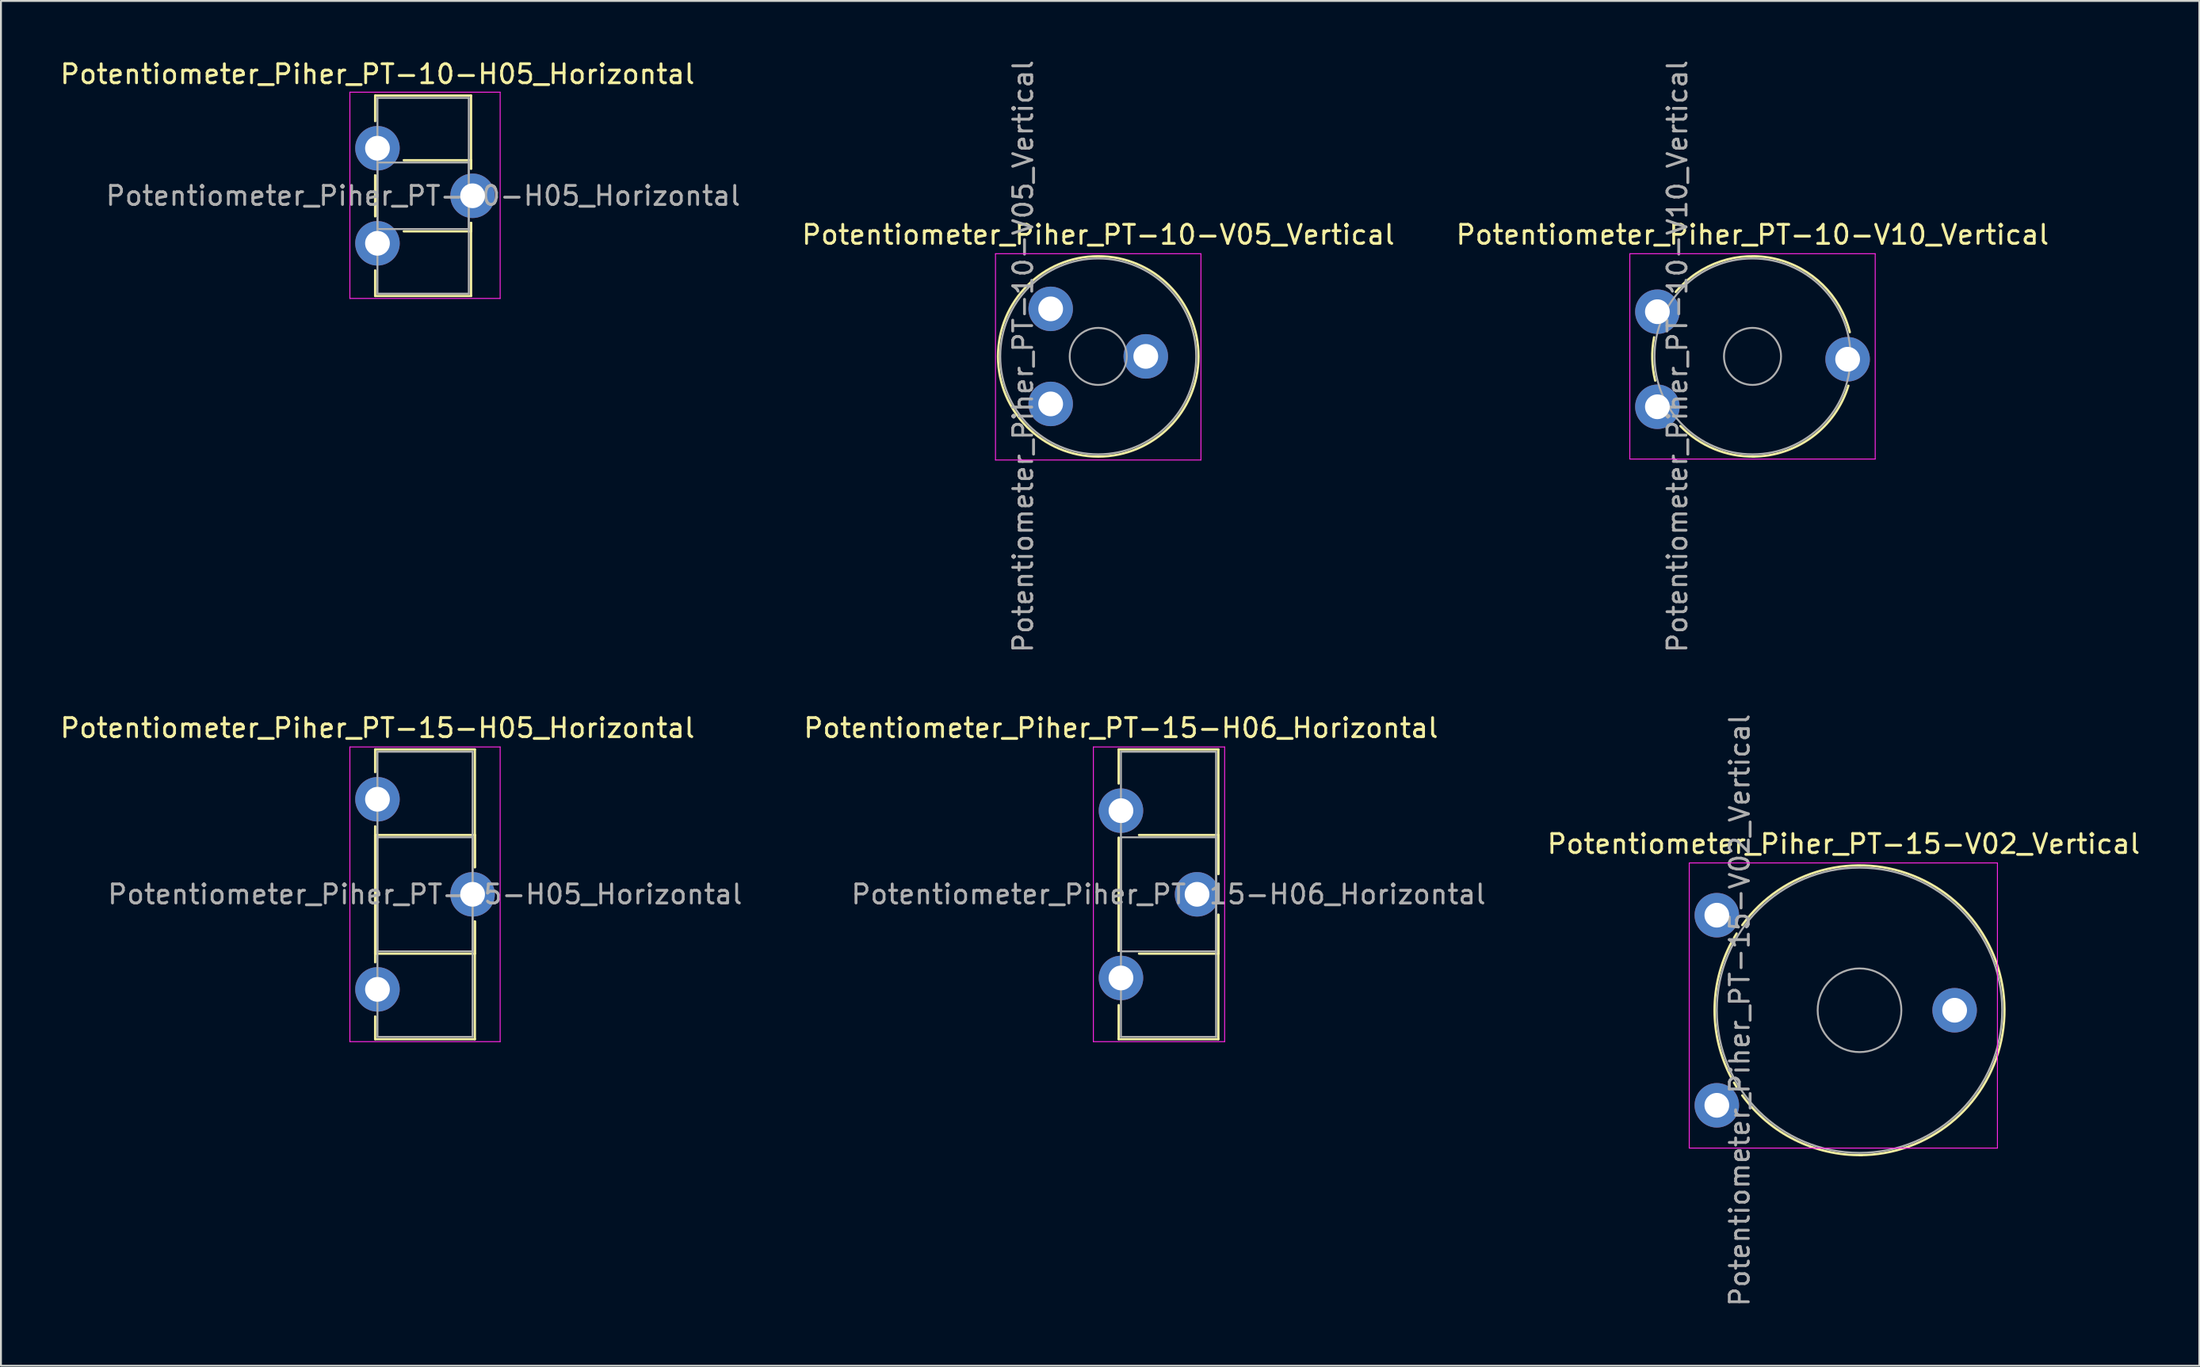
<source format=kicad_pcb>
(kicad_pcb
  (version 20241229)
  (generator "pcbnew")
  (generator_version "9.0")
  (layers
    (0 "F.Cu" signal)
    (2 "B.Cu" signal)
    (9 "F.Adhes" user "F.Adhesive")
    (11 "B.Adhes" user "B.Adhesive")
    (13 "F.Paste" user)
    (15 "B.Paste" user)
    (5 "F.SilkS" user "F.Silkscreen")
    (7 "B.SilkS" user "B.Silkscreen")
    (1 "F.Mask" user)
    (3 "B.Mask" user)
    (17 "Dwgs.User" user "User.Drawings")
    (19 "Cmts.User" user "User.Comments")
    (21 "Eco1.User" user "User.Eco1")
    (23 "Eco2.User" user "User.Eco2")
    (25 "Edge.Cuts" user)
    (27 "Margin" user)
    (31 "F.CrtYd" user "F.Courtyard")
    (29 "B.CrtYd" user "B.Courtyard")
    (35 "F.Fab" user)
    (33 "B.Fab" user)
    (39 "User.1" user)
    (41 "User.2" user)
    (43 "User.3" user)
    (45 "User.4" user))
  (footprint "Potentiometer_Piher_PT-15-H06_Horizontal"
    (layer "F.Cu")
    (at 55.875 39.591)
    (property "Reference" "Potentiometer_Piher_PT-15-H06_Horizontal" (at 0 -4.35 0) (layer "F.SilkS") (effects (font (size 1 1) (thickness 0.15))))
    (attr through_hole)
    (fp_line (start -0.121 -3.22) (end -0.121 -1.426) (stroke (width 0.12) (type solid)) (layer "F.SilkS"))
    (fp_line (start -0.121 -3.22) (end 5.12 -3.22) (stroke (width 0.12) (type solid)) (layer "F.SilkS"))
    (fp_line (start -0.121 1.426) (end -0.121 7.376) (stroke (width 0.12) (type solid)) (layer "F.SilkS"))
    (fp_line (start -0.121 1.426) (end -0.121 7.376) (stroke (width 0.12) (type solid)) (layer "F.SilkS"))
    (fp_line (start -0.121 10.226) (end -0.121 12.02) (stroke (width 0.12) (type solid)) (layer "F.SilkS"))
    (fp_line (start -0.121 12.02) (end 5.12 12.02) (stroke (width 0.12) (type solid)) (layer "F.SilkS"))
    (fp_line (start 0.948 1.281) (end 5.12 1.281) (stroke (width 0.12) (type solid)) (layer "F.SilkS"))
    (fp_line (start 0.948 7.52) (end 5.12 7.52) (stroke (width 0.12) (type solid)) (layer "F.SilkS"))
    (fp_line (start 5.12 -3.22) (end 5.12 3.328) (stroke (width 0.12) (type solid)) (layer "F.SilkS"))
    (fp_line (start 5.12 1.281) (end 5.12 3.328) (stroke (width 0.12) (type solid)) (layer "F.SilkS"))
    (fp_line (start 5.12 5.473) (end 5.12 7.52) (stroke (width 0.12) (type solid)) (layer "F.SilkS"))
    (fp_line (start 5.12 5.473) (end 5.12 12.02) (stroke (width 0.12) (type solid)) (layer "F.SilkS"))
    (fp_line (start -1.45 -3.35) (end -1.45 12.15) (stroke (width 0.05) (type solid)) (layer "F.CrtYd"))
    (fp_line (start -1.45 12.15) (end 5.45 12.15) (stroke (width 0.05) (type solid)) (layer "F.CrtYd"))
    (fp_line (start 5.45 -3.35) (end -1.45 -3.35) (stroke (width 0.05) (type solid)) (layer "F.CrtYd"))
    (fp_line (start 5.45 12.15) (end 5.45 -3.35) (stroke (width 0.05) (type solid)) (layer "F.CrtYd"))
    (fp_line (start 0 -3.1) (end 5 -3.1) (stroke (width 0.1) (type solid)) (layer "F.Fab"))
    (fp_line (start 0 1.4) (end 0 7.4) (stroke (width 0.1) (type solid)) (layer "F.Fab"))
    (fp_line (start 0 7.4) (end 5 7.4) (stroke (width 0.1) (type solid)) (layer "F.Fab"))
    (fp_line (start 0 11.9) (end 0 -3.1) (stroke (width 0.1) (type solid)) (layer "F.Fab"))
    (fp_line (start 5 -3.1) (end 5 11.9) (stroke (width 0.1) (type solid)) (layer "F.Fab"))
    (fp_line (start 5 1.4) (end 0 1.4) (stroke (width 0.1) (type solid)) (layer "F.Fab"))
    (fp_line (start 5 7.4) (end 5 1.4) (stroke (width 0.1) (type solid)) (layer "F.Fab"))
    (fp_line (start 5 11.9) (end 0 11.9) (stroke (width 0.1) (type solid)) (layer "F.Fab"))
    (fp_text user "${REFERENCE}" (at 2.5 4.4 0) (layer "F.Fab") (effects (font (size 1 1) (thickness 0.15))))
    (pad "1" thru_hole circle (at 0 0) (size 2.34 2.34) (drill 1.3) (layers "*.Cu" "*.Mask"))
    (pad "2" thru_hole circle (at 4 4.4) (size 2.34 2.34) (drill 1.3) (layers "*.Cu" "*.Mask"))
    (pad "3" thru_hole circle (at 0 8.8) (size 2.34 2.34) (drill 1.3) (layers "*.Cu" "*.Mask")))
  (footprint "Potentiometer_Piher_PT-15-V02_Vertical"
    (layer "F.Cu")
    (at 87.198 55.089)
    (property "Reference" "Potentiometer_Piher_PT-15-V02_Vertical" (at 6.665 -13.75 0) (layer "F.SilkS") (effects (font (size 1 1) (thickness 0.15))))
    (attr through_hole)
    (fp_arc (start 0.772013 -1.423856) (mid -0.119358 -5.001051) (end 0.773 -8.578) (stroke (width 0.12) (type solid)) (layer "F.SilkS"))
    (fp_arc (start 0.902012 -8.810055) (mid 0.969511 -8.924625) (end 1.039 -9.038) (stroke (width 0.12) (type solid)) (layer "F.SilkS"))
    (fp_arc (start 1.037952 -0.963019) (mid 0.968481 -1.076412) (end 0.901 -1.191) (stroke (width 0.12) (type solid)) (layer "F.SilkS"))
    (fp_arc (start 1.335291 -9.478924) (mid 14.28947 -8.459407) (end 7.5 2.62) (stroke (width 0.12) (type solid)) (layer "F.SilkS"))
    (fp_arc (start 7.632064 2.618548) (mid 4.099288 1.818715) (end 1.335 -0.522) (stroke (width 0.12) (type solid)) (layer "F.SilkS"))
    (fp_line (start -1.45 -12.75) (end -1.45 2.25) (stroke (width 0.05) (type solid)) (layer "F.CrtYd"))
    (fp_line (start -1.45 2.25) (end 14.75 2.25) (stroke (width 0.05) (type solid)) (layer "F.CrtYd"))
    (fp_line (start 14.75 -12.75) (end -1.45 -12.75) (stroke (width 0.05) (type solid)) (layer "F.CrtYd"))
    (fp_line (start 14.75 2.25) (end 14.75 -12.75) (stroke (width 0.05) (type solid)) (layer "F.CrtYd"))
    (fp_circle (center 7.5 -5) (end 9.7 -5) (stroke (width 0.1) (type solid)) (fill no) (layer "F.Fab"))
    (fp_circle (center 7.5 -5) (end 15 -5) (stroke (width 0.1) (type solid)) (fill no) (layer "F.Fab"))
    (fp_text user "${REFERENCE}" (at 1.2 -5 90) (layer "F.Fab") (effects (font (size 1 1) (thickness 0.15))))
    (pad "1" thru_hole circle (at 0 0) (size 2.34 2.34) (drill 1.3) (layers "*.Cu" "*.Mask"))
    (pad "2" thru_hole circle (at 12.5 -5) (size 2.34 2.34) (drill 1.3) (layers "*.Cu" "*.Mask"))
    (pad "3" thru_hole circle (at 0 -10) (size 2.34 2.34) (drill 1.3) (layers "*.Cu" "*.Mask")))
  (footprint "Potentiometer_Piher_PT-10-V05_Vertical"
    (layer "F.Cu")
    (at 52.18 18.196)
    (property "Reference" "Potentiometer_Piher_PT-10-V05_Vertical" (at 2.5 -8.9 0) (layer "F.SilkS") (effects (font (size 1 1) (thickness 0.15))))
    (attr through_hole)
    (fp_circle (center 2.501 -2.5) (end 7.771 -2.5) (stroke (width 0.12) (type solid)) (fill no) (layer "F.SilkS"))
    (fp_line (start -2.9 -7.9) (end -2.9 2.95) (stroke (width 0.05) (type solid)) (layer "F.CrtYd"))
    (fp_line (start -2.9 2.95) (end 7.9 2.95) (stroke (width 0.05) (type solid)) (layer "F.CrtYd"))
    (fp_line (start 7.9 -7.9) (end -2.9 -7.9) (stroke (width 0.05) (type solid)) (layer "F.CrtYd"))
    (fp_line (start 7.9 2.95) (end 7.9 -7.9) (stroke (width 0.05) (type solid)) (layer "F.CrtYd"))
    (fp_circle (center 2.5 -2.5) (end 4 -2.5) (stroke (width 0.1) (type solid)) (fill no) (layer "F.Fab"))
    (fp_circle (center 2.5 -2.5) (end 7.65 -2.5) (stroke (width 0.1) (type solid)) (fill no) (layer "F.Fab"))
    (fp_text user "${REFERENCE}" (at -1.45 -2.5 90) (layer "F.Fab") (effects (font (size 1 1) (thickness 0.15))))
    (pad "1" thru_hole circle (at 0 0) (size 2.34 2.34) (drill 1.3) (layers "*.Cu" "*.Mask"))
    (pad "2" thru_hole circle (at 5 -2.5) (size 2.34 2.34) (drill 1.3) (layers "*.Cu" "*.Mask"))
    (pad "3" thru_hole circle (at 0 -5) (size 2.34 2.34) (drill 1.3) (layers "*.Cu" "*.Mask")))
  (footprint "Potentiometer_Piher_PT-15-H05_Horizontal"
    (layer "F.Cu")
    (at 16.792 38.991)
    (property "Reference" "Potentiometer_Piher_PT-15-H05_Horizontal" (at 0 -3.75 0) (layer "F.SilkS") (effects (font (size 1 1) (thickness 0.15))))
    (attr through_hole)
    (fp_line (start -0.121 -2.62) (end -0.121 -1.426) (stroke (width 0.12) (type solid)) (layer "F.SilkS"))
    (fp_line (start -0.121 -2.62) (end 5.12 -2.62) (stroke (width 0.12) (type solid)) (layer "F.SilkS"))
    (fp_line (start -0.121 1.426) (end -0.121 8.575) (stroke (width 0.12) (type solid)) (layer "F.SilkS"))
    (fp_line (start -0.121 1.88) (end -0.121 8.121) (stroke (width 0.12) (type solid)) (layer "F.SilkS"))
    (fp_line (start -0.121 1.88) (end 5.12 1.88) (stroke (width 0.12) (type solid)) (layer "F.SilkS"))
    (fp_line (start -0.121 8.121) (end 5.12 8.121) (stroke (width 0.12) (type solid)) (layer "F.SilkS"))
    (fp_line (start -0.121 11.425) (end -0.121 12.62) (stroke (width 0.12) (type solid)) (layer "F.SilkS"))
    (fp_line (start -0.121 12.62) (end 5.12 12.62) (stroke (width 0.12) (type solid)) (layer "F.SilkS"))
    (fp_line (start 5.12 -2.62) (end 5.12 3.575) (stroke (width 0.12) (type solid)) (layer "F.SilkS"))
    (fp_line (start 5.12 1.88) (end 5.12 3.575) (stroke (width 0.12) (type solid)) (layer "F.SilkS"))
    (fp_line (start 5.12 6.425) (end 5.12 8.121) (stroke (width 0.12) (type solid)) (layer "F.SilkS"))
    (fp_line (start 5.12 6.425) (end 5.12 12.62) (stroke (width 0.12) (type solid)) (layer "F.SilkS"))
    (fp_line (start -1.45 -2.75) (end -1.45 12.75) (stroke (width 0.05) (type solid)) (layer "F.CrtYd"))
    (fp_line (start -1.45 12.75) (end 6.45 12.75) (stroke (width 0.05) (type solid)) (layer "F.CrtYd"))
    (fp_line (start 6.45 -2.75) (end -1.45 -2.75) (stroke (width 0.05) (type solid)) (layer "F.CrtYd"))
    (fp_line (start 6.45 12.75) (end 6.45 -2.75) (stroke (width 0.05) (type solid)) (layer "F.CrtYd"))
    (fp_line (start 0 -2.5) (end 5 -2.5) (stroke (width 0.1) (type solid)) (layer "F.Fab"))
    (fp_line (start 0 2) (end 0 8) (stroke (width 0.1) (type solid)) (layer "F.Fab"))
    (fp_line (start 0 8) (end 5 8) (stroke (width 0.1) (type solid)) (layer "F.Fab"))
    (fp_line (start 0 12.5) (end 0 -2.5) (stroke (width 0.1) (type solid)) (layer "F.Fab"))
    (fp_line (start 5 -2.5) (end 5 12.5) (stroke (width 0.1) (type solid)) (layer "F.Fab"))
    (fp_line (start 5 2) (end 0 2) (stroke (width 0.1) (type solid)) (layer "F.Fab"))
    (fp_line (start 5 8) (end 5 2) (stroke (width 0.1) (type solid)) (layer "F.Fab"))
    (fp_line (start 5 12.5) (end 0 12.5) (stroke (width 0.1) (type solid)) (layer "F.Fab"))
    (fp_text user "${REFERENCE}" (at 2.5 5 0) (layer "F.Fab") (effects (font (size 1 1) (thickness 0.15))))
    (pad "1" thru_hole circle (at 0 0) (size 2.34 2.34) (drill 1.3) (layers "*.Cu" "*.Mask"))
    (pad "2" thru_hole circle (at 5 5) (size 2.34 2.34) (drill 1.3) (layers "*.Cu" "*.Mask"))
    (pad "3" thru_hole circle (at 0 10) (size 2.34 2.34) (drill 1.3) (layers "*.Cu" "*.Mask")))
  (footprint "Potentiometer_Piher_PT-10-H05_Horizontal"
    (layer "F.Cu")
    (at 16.792 4.748)
    (property "Reference" "Potentiometer_Piher_PT-10-H05_Horizontal" (at 0 -3.9 0) (layer "F.SilkS") (effects (font (size 1 1) (thickness 0.15))))
    (attr through_hole)
    (fp_line (start -0.121 -2.771) (end -0.121 -1.426) (stroke (width 0.12) (type solid)) (layer "F.SilkS"))
    (fp_line (start -0.121 -2.771) (end 4.92 -2.771) (stroke (width 0.12) (type solid)) (layer "F.SilkS"))
    (fp_line (start -0.121 1.426) (end -0.121 3.575) (stroke (width 0.12) (type solid)) (layer "F.SilkS"))
    (fp_line (start -0.121 1.426) (end -0.121 3.575) (stroke (width 0.12) (type solid)) (layer "F.SilkS"))
    (fp_line (start -0.121 6.425) (end -0.121 7.77) (stroke (width 0.12) (type solid)) (layer "F.SilkS"))
    (fp_line (start -0.121 7.77) (end 4.92 7.77) (stroke (width 0.12) (type solid)) (layer "F.SilkS"))
    (fp_line (start 1.381 0.63) (end 4.92 0.63) (stroke (width 0.12) (type solid)) (layer "F.SilkS"))
    (fp_line (start 1.381 4.37) (end 4.92 4.37) (stroke (width 0.12) (type solid)) (layer "F.SilkS"))
    (fp_line (start 4.92 -2.771) (end 4.92 1.075) (stroke (width 0.12) (type solid)) (layer "F.SilkS"))
    (fp_line (start 4.92 0.63) (end 4.92 1.075) (stroke (width 0.12) (type solid)) (layer "F.SilkS"))
    (fp_line (start 4.92 3.925) (end 4.92 4.37) (stroke (width 0.12) (type solid)) (layer "F.SilkS"))
    (fp_line (start 4.92 3.925) (end 4.92 7.77) (stroke (width 0.12) (type solid)) (layer "F.SilkS"))
    (fp_line (start -1.45 -2.95) (end -1.45 7.9) (stroke (width 0.05) (type solid)) (layer "F.CrtYd"))
    (fp_line (start -1.45 7.9) (end 6.45 7.9) (stroke (width 0.05) (type solid)) (layer "F.CrtYd"))
    (fp_line (start 6.45 -2.95) (end -1.45 -2.95) (stroke (width 0.05) (type solid)) (layer "F.CrtYd"))
    (fp_line (start 6.45 7.9) (end 6.45 -2.95) (stroke (width 0.05) (type solid)) (layer "F.CrtYd"))
    (fp_line (start 0 -2.65) (end 4.8 -2.65) (stroke (width 0.1) (type solid)) (layer "F.Fab"))
    (fp_line (start 0 0.75) (end 0 4.25) (stroke (width 0.1) (type solid)) (layer "F.Fab"))
    (fp_line (start 0 4.25) (end 4.8 4.25) (stroke (width 0.1) (type solid)) (layer "F.Fab"))
    (fp_line (start 0 7.65) (end 0 -2.65) (stroke (width 0.1) (type solid)) (layer "F.Fab"))
    (fp_line (start 4.8 -2.65) (end 4.8 7.65) (stroke (width 0.1) (type solid)) (layer "F.Fab"))
    (fp_line (start 4.8 0.75) (end 0 0.75) (stroke (width 0.1) (type solid)) (layer "F.Fab"))
    (fp_line (start 4.8 4.25) (end 4.8 0.75) (stroke (width 0.1) (type solid)) (layer "F.Fab"))
    (fp_line (start 4.8 7.65) (end 0 7.65) (stroke (width 0.1) (type solid)) (layer "F.Fab"))
    (fp_text user "${REFERENCE}" (at 2.4 2.5 0) (layer "F.Fab") (effects (font (size 1 1) (thickness 0.15))))
    (pad "1" thru_hole circle (at 0 0) (size 2.34 2.34) (drill 1.3) (layers "*.Cu" "*.Mask"))
    (pad "2" thru_hole circle (at 5 2.5) (size 2.34 2.34) (drill 1.3) (layers "*.Cu" "*.Mask"))
    (pad "3" thru_hole circle (at 0 5) (size 2.34 2.34) (drill 1.3) (layers "*.Cu" "*.Mask")))
  (footprint "Potentiometer_Piher_PT-10-V10_Vertical"
    (layer "F.Cu")
    (at 84.073 18.346)
    (property "Reference" "Potentiometer_Piher_PT-10-V10_Vertical" (at 5 -9.05 0) (layer "F.SilkS") (effects (font (size 1 1) (thickness 0.15))))
    (attr through_hole)
    (fp_arc (start -0.11439 -1.375119) (mid -0.269093 -2.512295) (end -0.174 -3.656) (stroke (width 0.12) (type solid)) (layer "F.SilkS"))
    (fp_arc (start 0.963379 -6.038474) (mid 6.186565 -7.784991) (end 10.114 -3.924) (stroke (width 0.12) (type solid)) (layer "F.SilkS"))
    (fp_arc (start 5.09203 2.619358) (mid 2.983245 2.219015) (end 1.209 1.011) (stroke (width 0.12) (type solid)) (layer "F.SilkS"))
    (fp_arc (start 10.039726 -1.109201) (mid 8.134716 1.586326) (end 5 2.62) (stroke (width 0.12) (type solid)) (layer "F.SilkS"))
    (fp_line (start -1.45 -8.05) (end -1.45 2.75) (stroke (width 0.05) (type solid)) (layer "F.CrtYd"))
    (fp_line (start -1.45 2.75) (end 11.45 2.75) (stroke (width 0.05) (type solid)) (layer "F.CrtYd"))
    (fp_line (start 11.45 -8.05) (end -1.45 -8.05) (stroke (width 0.05) (type solid)) (layer "F.CrtYd"))
    (fp_line (start 11.45 2.75) (end 11.45 -8.05) (stroke (width 0.05) (type solid)) (layer "F.CrtYd"))
    (fp_circle (center 5 -2.65) (end 6.5 -2.65) (stroke (width 0.1) (type solid)) (fill no) (layer "F.Fab"))
    (fp_circle (center 5 -2.65) (end 10.15 -2.65) (stroke (width 0.1) (type solid)) (fill no) (layer "F.Fab"))
    (fp_text user "${REFERENCE}" (at 1.05 -2.65 90) (layer "F.Fab") (effects (font (size 1 1) (thickness 0.15))))
    (pad "1" thru_hole circle (at 0 0) (size 2.34 2.34) (drill 1.3) (layers "*.Cu" "*.Mask"))
    (pad "2" thru_hole circle (at 10 -2.5) (size 2.34 2.34) (drill 1.3) (layers "*.Cu" "*.Mask"))
    (pad "3" thru_hole circle (at 0 -5) (size 2.34 2.34) (drill 1.3) (layers "*.Cu" "*.Mask")))
  (gr_rect
    (start -3 -3)
    (end 112.56 68.786)
    (stroke (width 0.1) (type default))
    (fill no)
    (layer "Edge.Cuts")))
</source>
